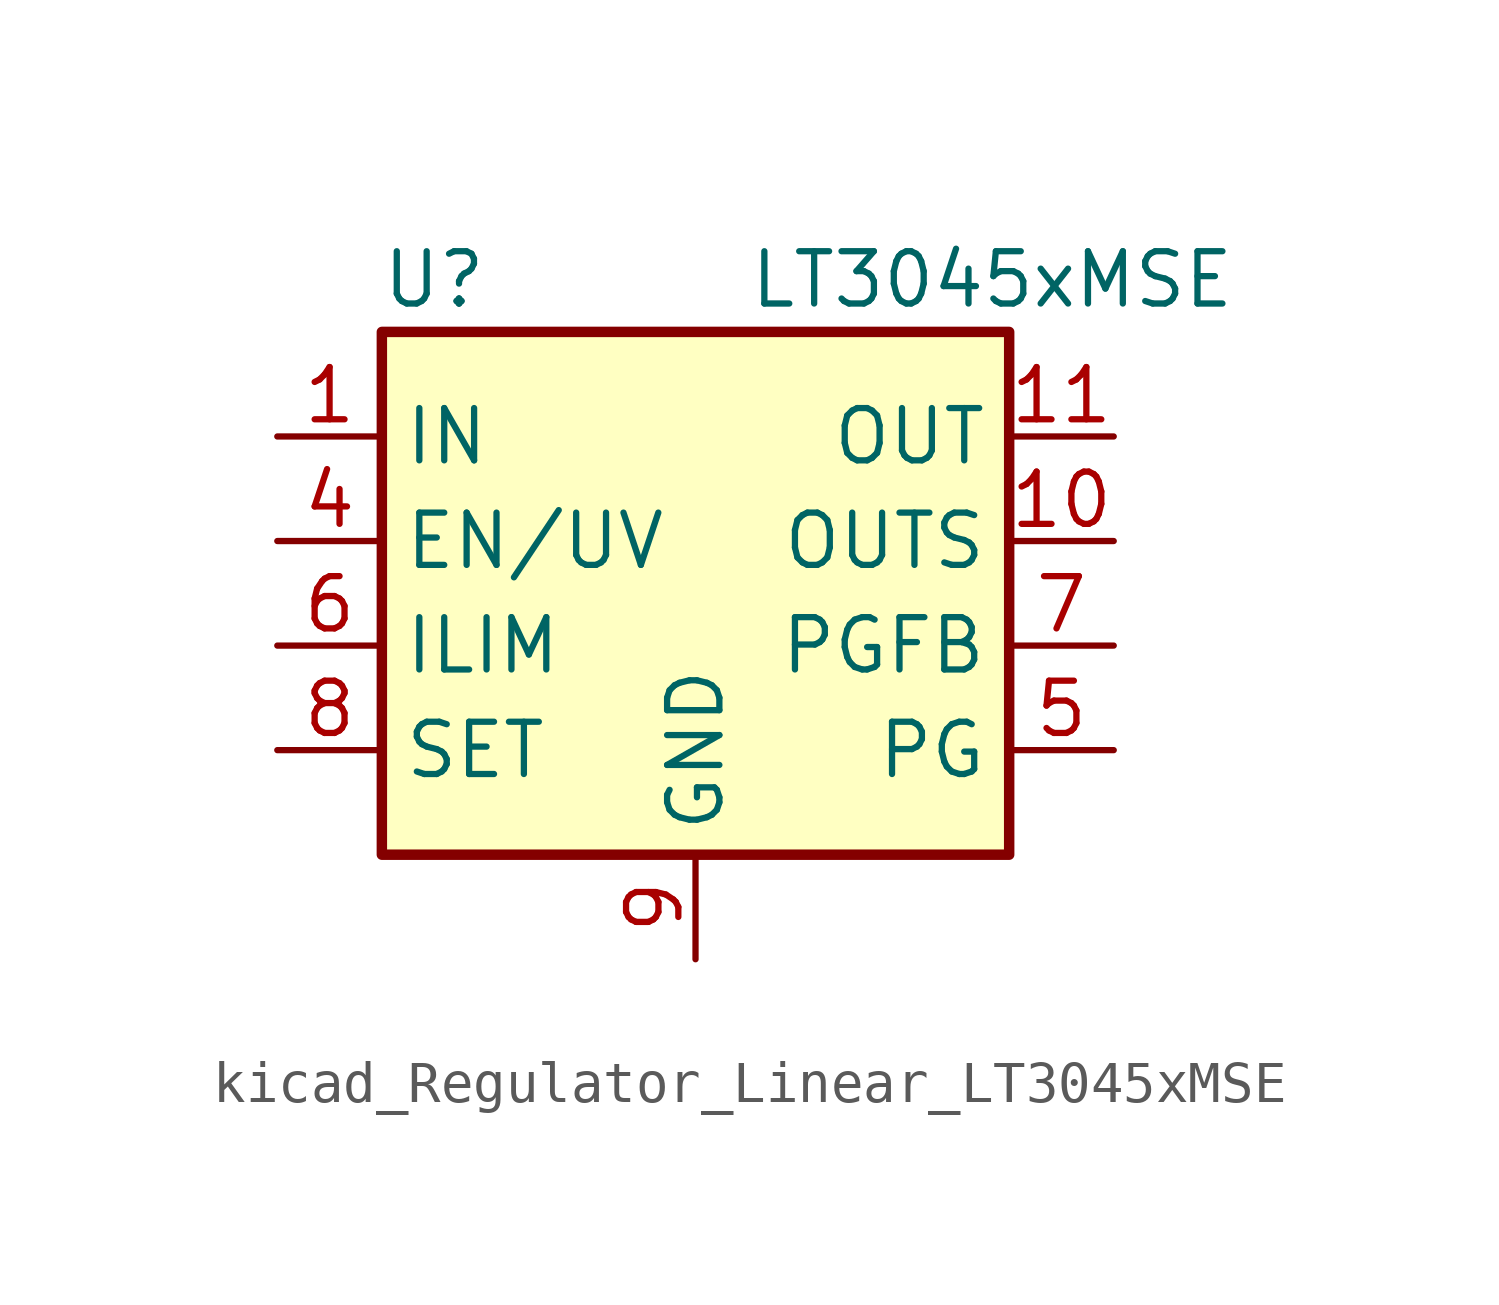
<source format=kicad_sym>
(kicad_symbol_lib
  (version 20220914)
  (generator kicad_symbol_editor)
  (symbol "kicad_Regulator_Linear_LT3045xMSE"
    (property "Reference" "U"
      (at -6.35 6.35 0)
      (effects (font (size 1.27 1.27))))
    (property "Value" "LT3045xMSE"
      (at 1.27 6.35 0)
      (effects (font (size 1.27 1.27)) (justify left)))
    (symbol "kicad_Regulator_Linear_LT3045xMSE_0_1"
      (rectangle (start -7.62 5.08) (end 7.62 -7.62) (stroke (width 0.254) (type default)) (fill (type background))))
    (symbol "kicad_Regulator_Linear_LT3045xMSE_1_1"
      (pin power_in line (at -10.16 2.54 0) (length 2.54) (name "IN" (effects (font (size 1.27 1.27)))) (number "1" (effects (font (size 1.27 1.27)))))
      (pin input line (at 10.16 0 180) (length 2.54) (name "OUTS" (effects (font (size 1.27 1.27)))) (number "10" (effects (font (size 1.27 1.27)))))
      (pin power_out line (at 10.16 2.54 180) (length 2.54) (name "OUT" (effects (font (size 1.27 1.27)))) (number "11" (effects (font (size 1.27 1.27)))))
      (pin passive line (at 10.16 2.54 180) (length 2.54) hide (name "OUT" (effects (font (size 1.27 1.27)))) (number "12" (effects (font (size 1.27 1.27)))))
      (pin passive line (at 0 -10.16 90) (length 2.54) hide (name "GND" (effects (font (size 1.27 1.27)))) (number "13" (effects (font (size 1.27 1.27)))))
      (pin passive line (at -10.16 2.54 0) (length 2.54) hide (name "IN" (effects (font (size 1.27 1.27)))) (number "2" (effects (font (size 1.27 1.27)))))
      (pin passive line (at -10.16 2.54 0) (length 2.54) hide (name "IN" (effects (font (size 1.27 1.27)))) (number "3" (effects (font (size 1.27 1.27)))))
      (pin input line (at -10.16 0 0) (length 2.54) (name "EN/UV" (effects (font (size 1.27 1.27)))) (number "4" (effects (font (size 1.27 1.27)))))
      (pin open_collector line (at 10.16 -5.08 180) (length 2.54) (name "PG" (effects (font (size 1.27 1.27)))) (number "5" (effects (font (size 1.27 1.27)))))
      (pin passive line (at -10.16 -2.54 0) (length 2.54) (name "ILIM" (effects (font (size 1.27 1.27)))) (number "6" (effects (font (size 1.27 1.27)))))
      (pin input line (at 10.16 -2.54 180) (length 2.54) (name "PGFB" (effects (font (size 1.27 1.27)))) (number "7" (effects (font (size 1.27 1.27)))))
      (pin passive line (at -10.16 -5.08 0) (length 2.54) (name "SET" (effects (font (size 1.27 1.27)))) (number "8" (effects (font (size 1.27 1.27)))))
      (pin power_in line (at 0 -10.16 90) (length 2.54) (name "GND" (effects (font (size 1.27 1.27)))) (number "9" (effects (font (size 1.27 1.27))))))))
</source>
